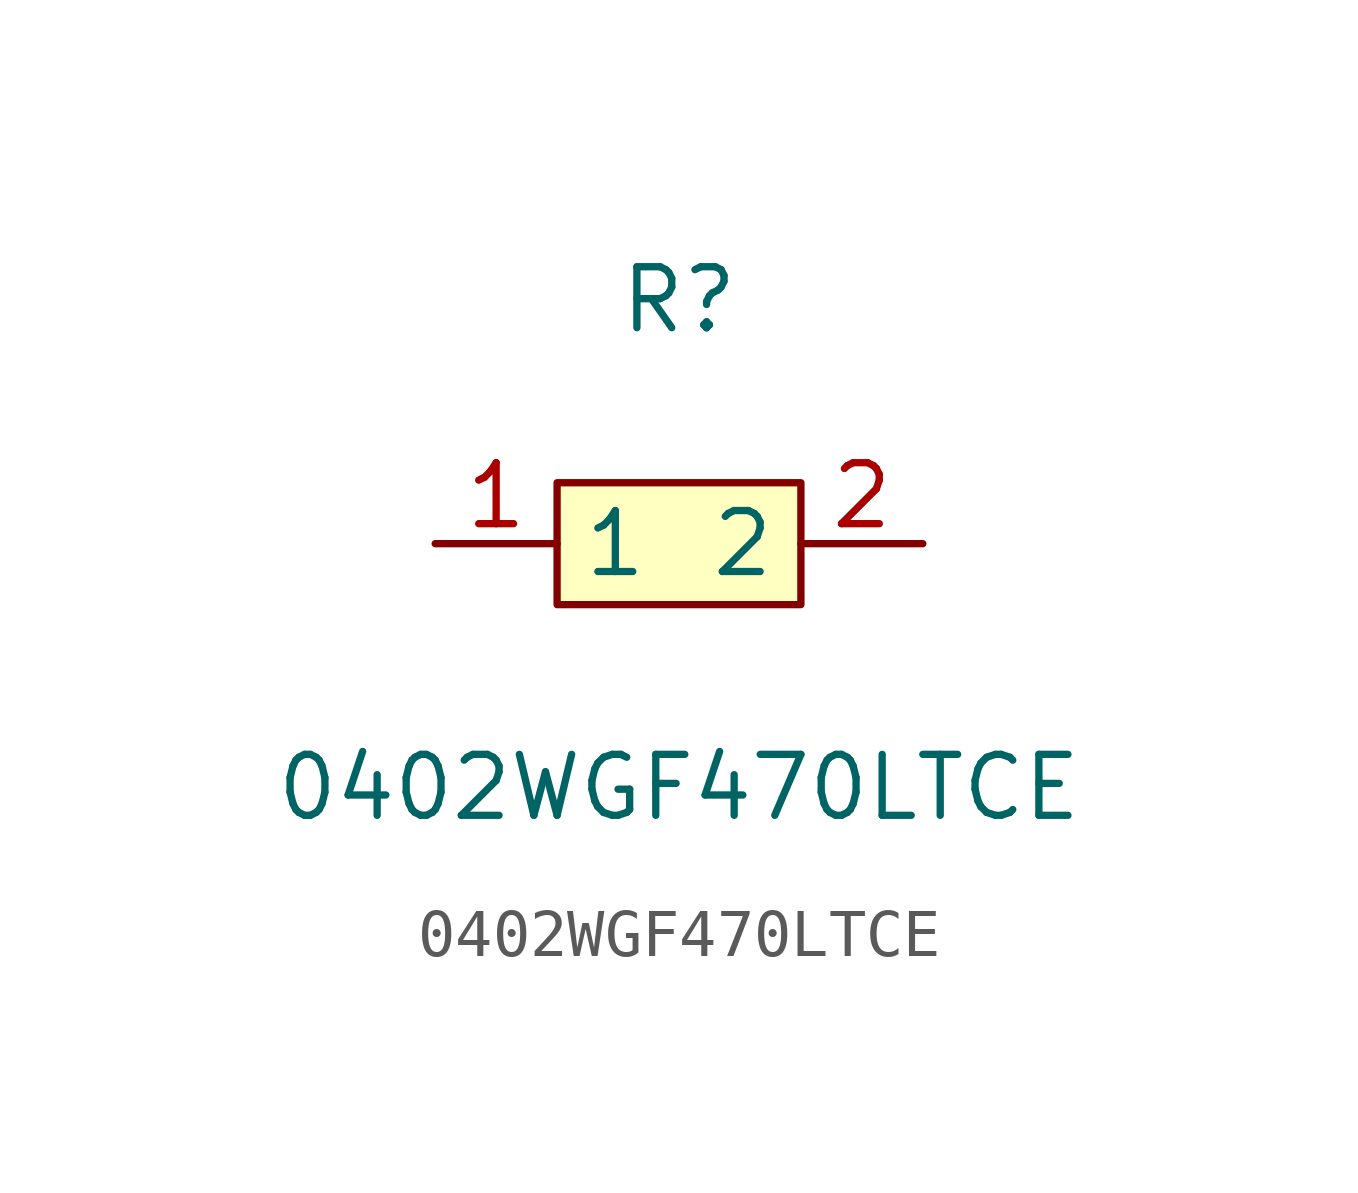
<source format=kicad_sym>
(kicad_symbol_lib
  (version 1)
  (generator "faebryk")
  (symbol "0402WGF470LTCE"
    (property "Reference" "R"
      (at 0 5.08 0)
      (effects (font (size 1.27 1.27)) (hide no)))
    (property "Value" "0402WGF470LTCE"
      (at 0 -5.08 0)
      (effects (font (size 1.27 1.27)) (hide no)))
    (symbol "0402WGF470LTCE_0_1"
      (rectangle (start -2.54 1.27) (end 2.54 -1.27) (stroke (width 0) (type default) (color 0 0 0 0)) (fill (type background)))
      (pin unspecified line (at 5.08 0 180) (length 2.54) (name "2" (effects (font (size 1.27 1.27)) (hide no))) (number "2" (effects (font (size 1.27 1.27)) (hide no))))
      (pin unspecified line (at -5.08 0 0) (length 2.54) (name "1" (effects (font (size 1.27 1.27)) (hide no))) (number "1" (effects (font (size 1.27 1.27)) (hide no)))))))
</source>
